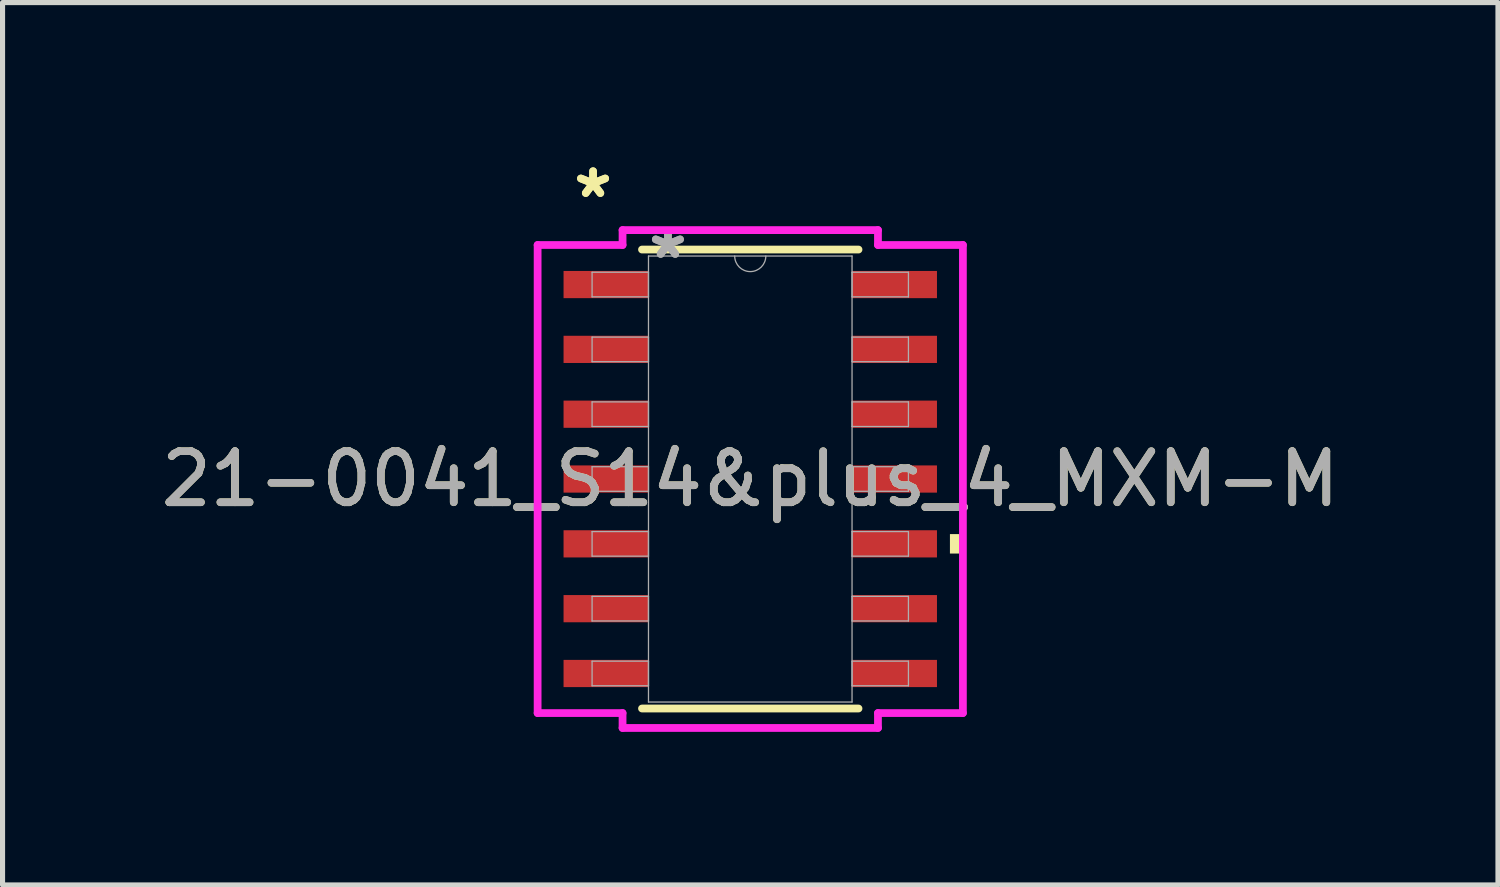
<source format=kicad_pcb>
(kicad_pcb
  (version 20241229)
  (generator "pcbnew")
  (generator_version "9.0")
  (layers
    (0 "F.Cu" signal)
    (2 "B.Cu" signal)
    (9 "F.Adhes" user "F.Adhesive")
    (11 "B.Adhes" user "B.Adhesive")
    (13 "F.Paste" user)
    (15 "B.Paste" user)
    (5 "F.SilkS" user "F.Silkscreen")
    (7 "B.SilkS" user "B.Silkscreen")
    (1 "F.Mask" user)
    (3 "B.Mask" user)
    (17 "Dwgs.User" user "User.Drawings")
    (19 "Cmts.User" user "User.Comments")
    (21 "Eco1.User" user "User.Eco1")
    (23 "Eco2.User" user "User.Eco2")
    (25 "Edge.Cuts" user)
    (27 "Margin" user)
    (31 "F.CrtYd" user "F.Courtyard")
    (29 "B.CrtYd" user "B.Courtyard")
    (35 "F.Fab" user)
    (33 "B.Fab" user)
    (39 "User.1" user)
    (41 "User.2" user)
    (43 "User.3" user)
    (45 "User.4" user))
  (footprint "21-0041_S14&plus_4_MXM-M"
    (layer "F.Cu")
    (at 11.649 6.335)
    (property "Reference" "21-0041_S14&plus_4_MXM-M" (at 0 0 0) (unlocked yes) (layer "F.SilkS") (effects (font (size 1 1) (thickness 0.15))))
    (attr smd)
    (fp_line (start -2.121 4.496) (end 2.121 4.496) (stroke (width 0.152) (type solid)) (layer "F.SilkS"))
    (fp_line (start 2.121 -4.496) (end -2.121 -4.496) (stroke (width 0.152) (type solid)) (layer "F.SilkS"))
    (fp_poly (pts (xy 4.166 1.079) (xy 4.166 1.46) (xy 3.912 1.46) (xy 3.912 1.079)) (stroke (width 0) (type solid)) (fill yes) (layer "F.SilkS"))
    (fp_line (start -4.166 -4.585) (end -2.502 -4.585) (stroke (width 0.152) (type solid)) (layer "F.CrtYd"))
    (fp_line (start -4.166 4.585) (end -4.166 -4.585) (stroke (width 0.152) (type solid)) (layer "F.CrtYd"))
    (fp_line (start -4.166 4.585) (end -2.502 4.585) (stroke (width 0.152) (type solid)) (layer "F.CrtYd"))
    (fp_line (start -2.502 -4.877) (end 2.502 -4.877) (stroke (width 0.152) (type solid)) (layer "F.CrtYd"))
    (fp_line (start -2.502 -4.585) (end -2.502 -4.877) (stroke (width 0.152) (type solid)) (layer "F.CrtYd"))
    (fp_line (start -2.502 4.877) (end -2.502 4.585) (stroke (width 0.152) (type solid)) (layer "F.CrtYd"))
    (fp_line (start 2.502 -4.877) (end 2.502 -4.585) (stroke (width 0.152) (type solid)) (layer "F.CrtYd"))
    (fp_line (start 2.502 4.585) (end 2.502 4.877) (stroke (width 0.152) (type solid)) (layer "F.CrtYd"))
    (fp_line (start 2.502 4.877) (end -2.502 4.877) (stroke (width 0.152) (type solid)) (layer "F.CrtYd"))
    (fp_line (start 4.166 -4.585) (end 2.502 -4.585) (stroke (width 0.152) (type solid)) (layer "F.CrtYd"))
    (fp_line (start 4.166 -4.585) (end 4.166 4.585) (stroke (width 0.152) (type solid)) (layer "F.CrtYd"))
    (fp_line (start 4.166 4.585) (end 2.502 4.585) (stroke (width 0.152) (type solid)) (layer "F.CrtYd"))
    (fp_line (start -3.099 -4.051) (end -3.099 -3.569) (stroke (width 0.025) (type solid)) (layer "F.Fab"))
    (fp_line (start -3.099 -3.569) (end -1.994 -3.569) (stroke (width 0.025) (type solid)) (layer "F.Fab"))
    (fp_line (start -3.099 -2.781) (end -3.099 -2.299) (stroke (width 0.025) (type solid)) (layer "F.Fab"))
    (fp_line (start -3.099 -2.299) (end -1.994 -2.299) (stroke (width 0.025) (type solid)) (layer "F.Fab"))
    (fp_line (start -3.099 -1.511) (end -3.099 -1.029) (stroke (width 0.025) (type solid)) (layer "F.Fab"))
    (fp_line (start -3.099 -1.029) (end -1.994 -1.029) (stroke (width 0.025) (type solid)) (layer "F.Fab"))
    (fp_line (start -3.099 -0.241) (end -3.099 0.241) (stroke (width 0.025) (type solid)) (layer "F.Fab"))
    (fp_line (start -3.099 0.241) (end -1.994 0.241) (stroke (width 0.025) (type solid)) (layer "F.Fab"))
    (fp_line (start -3.099 1.029) (end -3.099 1.511) (stroke (width 0.025) (type solid)) (layer "F.Fab"))
    (fp_line (start -3.099 1.511) (end -1.994 1.511) (stroke (width 0.025) (type solid)) (layer "F.Fab"))
    (fp_line (start -3.099 2.299) (end -3.099 2.781) (stroke (width 0.025) (type solid)) (layer "F.Fab"))
    (fp_line (start -3.099 2.781) (end -1.994 2.781) (stroke (width 0.025) (type solid)) (layer "F.Fab"))
    (fp_line (start -3.099 3.569) (end -3.099 4.051) (stroke (width 0.025) (type solid)) (layer "F.Fab"))
    (fp_line (start -3.099 4.051) (end -1.994 4.051) (stroke (width 0.025) (type solid)) (layer "F.Fab"))
    (fp_line (start -1.994 -4.369) (end -1.994 4.369) (stroke (width 0.025) (type solid)) (layer "F.Fab"))
    (fp_line (start -1.994 -4.051) (end -3.099 -4.051) (stroke (width 0.025) (type solid)) (layer "F.Fab"))
    (fp_line (start -1.994 -3.569) (end -1.994 -4.051) (stroke (width 0.025) (type solid)) (layer "F.Fab"))
    (fp_line (start -1.994 -2.781) (end -3.099 -2.781) (stroke (width 0.025) (type solid)) (layer "F.Fab"))
    (fp_line (start -1.994 -2.299) (end -1.994 -2.781) (stroke (width 0.025) (type solid)) (layer "F.Fab"))
    (fp_line (start -1.994 -1.511) (end -3.099 -1.511) (stroke (width 0.025) (type solid)) (layer "F.Fab"))
    (fp_line (start -1.994 -1.029) (end -1.994 -1.511) (stroke (width 0.025) (type solid)) (layer "F.Fab"))
    (fp_line (start -1.994 -0.241) (end -3.099 -0.241) (stroke (width 0.025) (type solid)) (layer "F.Fab"))
    (fp_line (start -1.994 0.241) (end -1.994 -0.241) (stroke (width 0.025) (type solid)) (layer "F.Fab"))
    (fp_line (start -1.994 1.029) (end -3.099 1.029) (stroke (width 0.025) (type solid)) (layer "F.Fab"))
    (fp_line (start -1.994 1.511) (end -1.994 1.029) (stroke (width 0.025) (type solid)) (layer "F.Fab"))
    (fp_line (start -1.994 2.299) (end -3.099 2.299) (stroke (width 0.025) (type solid)) (layer "F.Fab"))
    (fp_line (start -1.994 2.781) (end -1.994 2.299) (stroke (width 0.025) (type solid)) (layer "F.Fab"))
    (fp_line (start -1.994 3.569) (end -3.099 3.569) (stroke (width 0.025) (type solid)) (layer "F.Fab"))
    (fp_line (start -1.994 4.051) (end -1.994 3.569) (stroke (width 0.025) (type solid)) (layer "F.Fab"))
    (fp_line (start -1.994 4.369) (end 1.994 4.369) (stroke (width 0.025) (type solid)) (layer "F.Fab"))
    (fp_line (start 1.994 -4.369) (end -1.994 -4.369) (stroke (width 0.025) (type solid)) (layer "F.Fab"))
    (fp_line (start 1.994 -4.051) (end 1.994 -3.569) (stroke (width 0.025) (type solid)) (layer "F.Fab"))
    (fp_line (start 1.994 -3.569) (end 3.099 -3.569) (stroke (width 0.025) (type solid)) (layer "F.Fab"))
    (fp_line (start 1.994 -2.781) (end 1.994 -2.299) (stroke (width 0.025) (type solid)) (layer "F.Fab"))
    (fp_line (start 1.994 -2.299) (end 3.099 -2.299) (stroke (width 0.025) (type solid)) (layer "F.Fab"))
    (fp_line (start 1.994 -1.511) (end 1.994 -1.029) (stroke (width 0.025) (type solid)) (layer "F.Fab"))
    (fp_line (start 1.994 -1.029) (end 3.099 -1.029) (stroke (width 0.025) (type solid)) (layer "F.Fab"))
    (fp_line (start 1.994 -0.241) (end 1.994 0.241) (stroke (width 0.025) (type solid)) (layer "F.Fab"))
    (fp_line (start 1.994 0.241) (end 3.099 0.241) (stroke (width 0.025) (type solid)) (layer "F.Fab"))
    (fp_line (start 1.994 1.029) (end 1.994 1.511) (stroke (width 0.025) (type solid)) (layer "F.Fab"))
    (fp_line (start 1.994 1.511) (end 3.099 1.511) (stroke (width 0.025) (type solid)) (layer "F.Fab"))
    (fp_line (start 1.994 2.299) (end 1.994 2.781) (stroke (width 0.025) (type solid)) (layer "F.Fab"))
    (fp_line (start 1.994 2.781) (end 3.099 2.781) (stroke (width 0.025) (type solid)) (layer "F.Fab"))
    (fp_line (start 1.994 3.569) (end 1.994 4.051) (stroke (width 0.025) (type solid)) (layer "F.Fab"))
    (fp_line (start 1.994 4.051) (end 3.099 4.051) (stroke (width 0.025) (type solid)) (layer "F.Fab"))
    (fp_line (start 1.994 4.369) (end 1.994 -4.369) (stroke (width 0.025) (type solid)) (layer "F.Fab"))
    (fp_line (start 3.099 -4.051) (end 1.994 -4.051) (stroke (width 0.025) (type solid)) (layer "F.Fab"))
    (fp_line (start 3.099 -3.569) (end 3.099 -4.051) (stroke (width 0.025) (type solid)) (layer "F.Fab"))
    (fp_line (start 3.099 -2.781) (end 1.994 -2.781) (stroke (width 0.025) (type solid)) (layer "F.Fab"))
    (fp_line (start 3.099 -2.299) (end 3.099 -2.781) (stroke (width 0.025) (type solid)) (layer "F.Fab"))
    (fp_line (start 3.099 -1.511) (end 1.994 -1.511) (stroke (width 0.025) (type solid)) (layer "F.Fab"))
    (fp_line (start 3.099 -1.029) (end 3.099 -1.511) (stroke (width 0.025) (type solid)) (layer "F.Fab"))
    (fp_line (start 3.099 -0.241) (end 1.994 -0.241) (stroke (width 0.025) (type solid)) (layer "F.Fab"))
    (fp_line (start 3.099 0.241) (end 3.099 -0.241) (stroke (width 0.025) (type solid)) (layer "F.Fab"))
    (fp_line (start 3.099 1.029) (end 1.994 1.029) (stroke (width 0.025) (type solid)) (layer "F.Fab"))
    (fp_line (start 3.099 1.511) (end 3.099 1.029) (stroke (width 0.025) (type solid)) (layer "F.Fab"))
    (fp_line (start 3.099 2.299) (end 1.994 2.299) (stroke (width 0.025) (type solid)) (layer "F.Fab"))
    (fp_line (start 3.099 2.781) (end 3.099 2.299) (stroke (width 0.025) (type solid)) (layer "F.Fab"))
    (fp_line (start 3.099 3.569) (end 1.994 3.569) (stroke (width 0.025) (type solid)) (layer "F.Fab"))
    (fp_line (start 3.099 4.051) (end 3.099 3.569) (stroke (width 0.025) (type solid)) (layer "F.Fab"))
    (fp_arc (start 0.3048 -4.3688) (mid 0 -4.064) (end -0.3048 -4.3688) (stroke (width 0.0254) (type solid)) (layer "F.Fab"))
    (fp_text user "*" (at -3.08 -5.486 0) (layer "F.SilkS") (effects (font (size 1 1) (thickness 0.15))))
    (fp_text user "*" (at -3.08 -5.486 0) (unlocked yes) (layer "F.SilkS") (effects (font (size 1 1) (thickness 0.15))))
    (fp_text user "*" (at -1.613 -4.293 0) (unlocked yes) (layer "F.Fab") (effects (font (size 1 1) (thickness 0.15))))
    (fp_text user "${REFERENCE}" (at 0 0 0) (unlocked yes) (layer "F.Fab") (effects (font (size 1 1) (thickness 0.15))))
    (fp_text user "*" (at -1.613 -4.293 0) (layer "F.Fab") (effects (font (size 1 1) (thickness 0.15))))
    (pad "1" smd rect (at -2.826 -3.81) (size 1.664 0.533) (layers "F.Cu" "F.Mask" "F.Paste"))
    (pad "2" smd rect (at -2.826 -2.54) (size 1.664 0.533) (layers "F.Cu" "F.Mask" "F.Paste"))
    (pad "3" smd rect (at -2.826 -1.27) (size 1.664 0.533) (layers "F.Cu" "F.Mask" "F.Paste"))
    (pad "4" smd rect (at -2.826 0) (size 1.664 0.533) (layers "F.Cu" "F.Mask" "F.Paste"))
    (pad "5" smd rect (at -2.826 1.27) (size 1.664 0.533) (layers "F.Cu" "F.Mask" "F.Paste"))
    (pad "6" smd rect (at -2.826 2.54) (size 1.664 0.533) (layers "F.Cu" "F.Mask" "F.Paste"))
    (pad "7" smd rect (at -2.826 3.81) (size 1.664 0.533) (layers "F.Cu" "F.Mask" "F.Paste"))
    (pad "8" smd rect (at 2.826 3.81) (size 1.664 0.533) (layers "F.Cu" "F.Mask" "F.Paste"))
    (pad "9" smd rect (at 2.826 2.54) (size 1.664 0.533) (layers "F.Cu" "F.Mask" "F.Paste"))
    (pad "10" smd rect (at 2.826 1.27) (size 1.664 0.533) (layers "F.Cu" "F.Mask" "F.Paste"))
    (pad "11" smd rect (at 2.826 0) (size 1.664 0.533) (layers "F.Cu" "F.Mask" "F.Paste"))
    (pad "12" smd rect (at 2.826 -1.27) (size 1.664 0.533) (layers "F.Cu" "F.Mask" "F.Paste"))
    (pad "13" smd rect (at 2.826 -2.54) (size 1.664 0.533) (layers "F.Cu" "F.Mask" "F.Paste"))
    (pad "14" smd rect (at 2.826 -3.81) (size 1.664 0.533) (layers "F.Cu" "F.Mask" "F.Paste")))
  (gr_rect
    (start -3 -3)
    (end 26.298 14.288)
    (stroke (width 0.1) (type default))
    (fill no)
    (layer "Edge.Cuts")))
</source>
